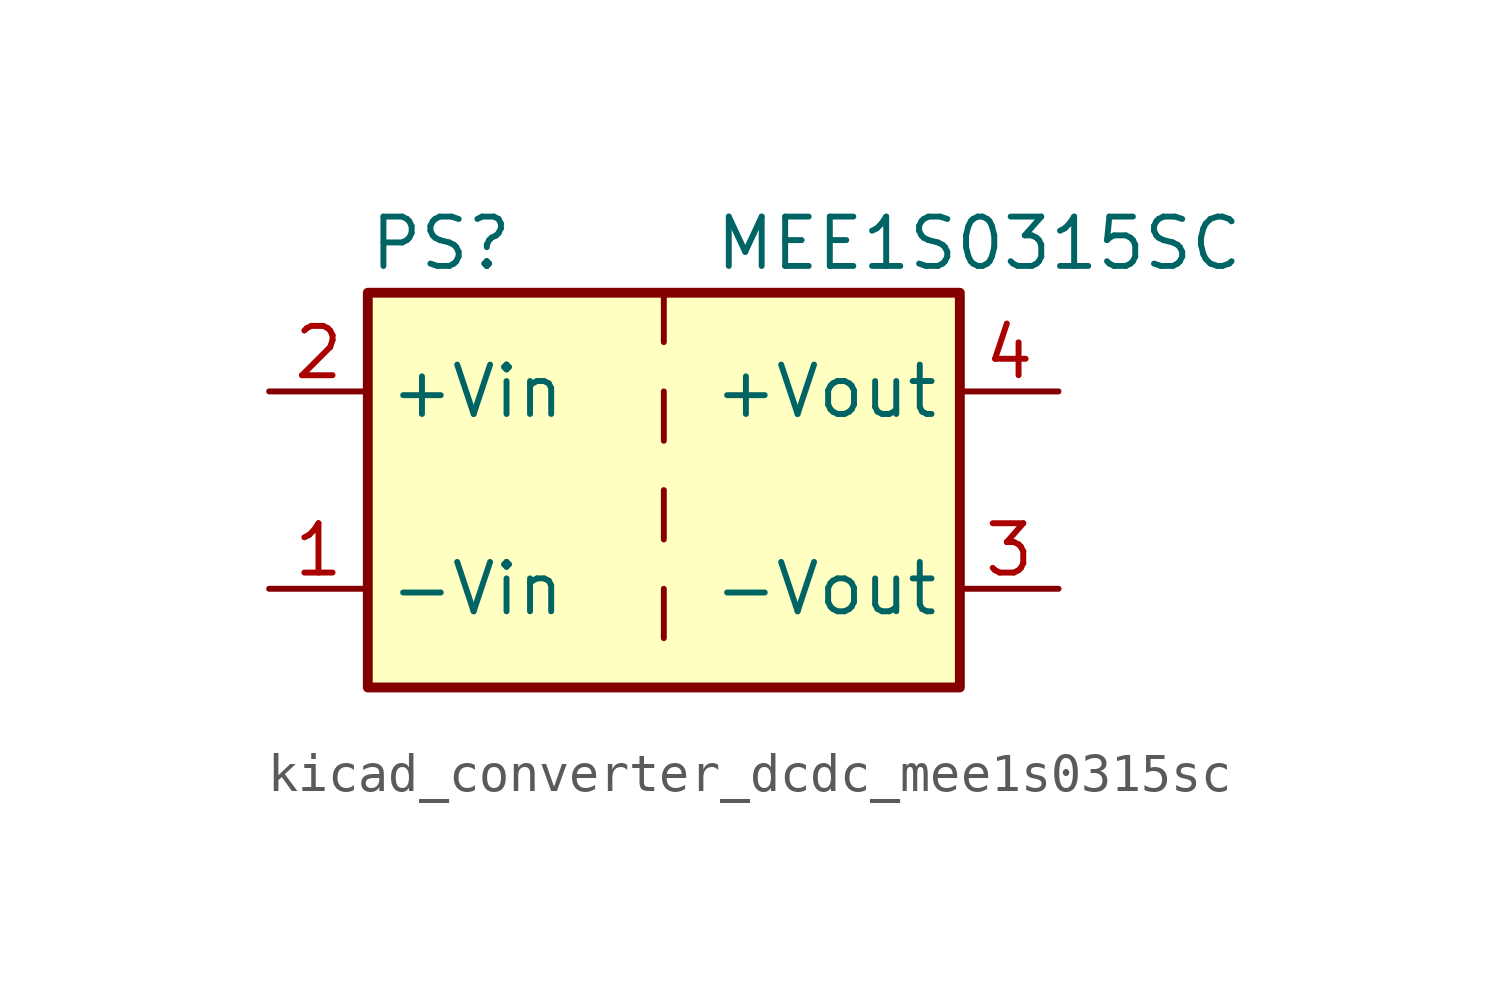
<source format=kicad_sym>
(kicad_symbol_lib
  (version 20220914)
  (generator kicad_symbol_editor)
  (symbol "kicad_converter_dcdc_mee1s0315sc"
    (property "Reference" "PS"
      (at -7.62 6.35 0)
      (effects (font (size 1.27 1.27)) (justify left)))
    (property "Value" "MEE1S0315SC"
      (at 1.27 6.35 0)
      (effects (font (size 1.27 1.27)) (justify left)))
    (symbol "kicad_converter_dcdc_mee1s0315sc_0_0"
      (pin power_in line (at -10.16 -2.54 0) (length 2.54) (name "-Vin" (effects (font (size 1.27 1.27)))) (number "1" (effects (font (size 1.27 1.27)))))
      (pin power_in line (at -10.16 2.54 0) (length 2.54) (name "+Vin" (effects (font (size 1.27 1.27)))) (number "2" (effects (font (size 1.27 1.27)))))
      (pin power_out line (at 10.16 -2.54 180) (length 2.54) (name "-Vout" (effects (font (size 1.27 1.27)))) (number "3" (effects (font (size 1.27 1.27)))))
      (pin power_out line (at 10.16 2.54 180) (length 2.54) (name "+Vout" (effects (font (size 1.27 1.27)))) (number "4" (effects (font (size 1.27 1.27))))))
    (symbol "kicad_converter_dcdc_mee1s0315sc_0_1"
      (rectangle (start -7.62 5.08) (end 7.62 -5.08) (stroke (width 0.254) (type default)) (fill (type background)))
      (polyline (pts (xy 0 -2.54) (xy 0 -3.81)) (stroke (width 0) (type default)) (fill (type none)))
      (polyline (pts (xy 0 0) (xy 0 -1.27)) (stroke (width 0) (type default)) (fill (type none)))
      (polyline (pts (xy 0 2.54) (xy 0 1.27)) (stroke (width 0) (type default)) (fill (type none)))
      (polyline (pts (xy 0 5.08) (xy 0 3.81)) (stroke (width 0) (type default)) (fill (type none))))))
</source>
